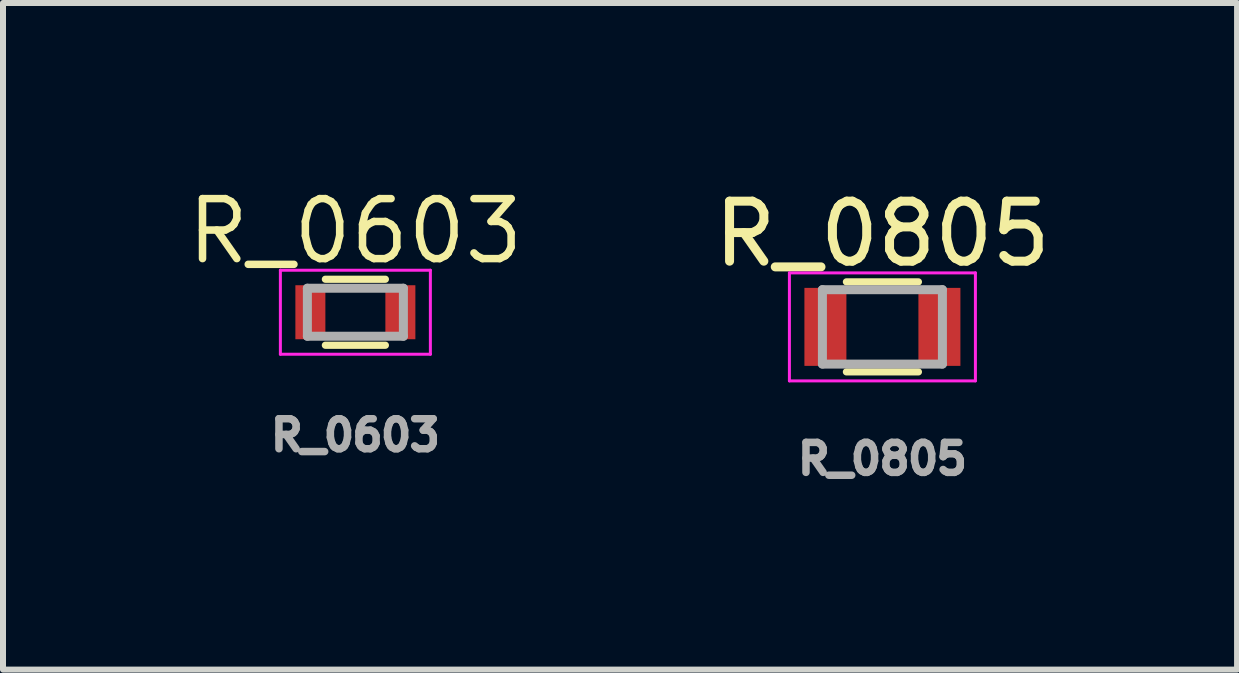
<source format=kicad_pcb>
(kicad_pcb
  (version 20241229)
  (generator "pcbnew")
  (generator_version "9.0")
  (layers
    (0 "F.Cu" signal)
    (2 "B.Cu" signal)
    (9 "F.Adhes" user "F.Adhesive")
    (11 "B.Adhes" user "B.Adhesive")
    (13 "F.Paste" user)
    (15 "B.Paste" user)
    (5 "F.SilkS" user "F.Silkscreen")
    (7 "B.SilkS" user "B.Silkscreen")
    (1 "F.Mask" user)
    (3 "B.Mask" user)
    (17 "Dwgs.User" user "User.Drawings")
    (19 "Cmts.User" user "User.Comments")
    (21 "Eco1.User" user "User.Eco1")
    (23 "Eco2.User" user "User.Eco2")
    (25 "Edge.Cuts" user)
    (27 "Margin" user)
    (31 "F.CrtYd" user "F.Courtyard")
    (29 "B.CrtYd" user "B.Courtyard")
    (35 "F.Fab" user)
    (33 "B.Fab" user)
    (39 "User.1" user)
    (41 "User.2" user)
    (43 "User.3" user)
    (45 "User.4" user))
  (footprint "R_0603"
    (layer "F.Cu")
    (at 2.873 2.154)
    (property "Reference" "R_0603" (at 0 -1.35 180) (layer "F.SilkS") (effects (font (size 1 1) (thickness 0.125))))
    (attr smd)
    (fp_line (start -0.5 -0.55) (end 0.5 -0.55) (stroke (width 0.12) (type solid)) (layer "F.SilkS"))
    (fp_line (start 0.5 0.55) (end -0.5 0.55) (stroke (width 0.12) (type solid)) (layer "F.SilkS"))
    (fp_line (start -1.25 -0.7) (end -1.25 0.7) (stroke (width 0.05) (type solid)) (layer "F.CrtYd"))
    (fp_line (start -1.25 -0.7) (end 1.25 -0.7) (stroke (width 0.05) (type solid)) (layer "F.CrtYd"))
    (fp_line (start 1.25 0.7) (end -1.25 0.7) (stroke (width 0.05) (type solid)) (layer "F.CrtYd"))
    (fp_line (start 1.25 0.7) (end 1.25 -0.7) (stroke (width 0.05) (type solid)) (layer "F.CrtYd"))
    (fp_line (start -0.8 -0.4) (end 0.8 -0.4) (stroke (width 0.15) (type solid)) (layer "F.Fab"))
    (fp_line (start -0.8 0.4) (end -0.8 -0.4) (stroke (width 0.15) (type solid)) (layer "F.Fab"))
    (fp_line (start 0.8 -0.4) (end 0.8 0.4) (stroke (width 0.15) (type solid)) (layer "F.Fab"))
    (fp_line (start 0.8 0.4) (end -0.8 0.4) (stroke (width 0.15) (type solid)) (layer "F.Fab"))
    (fp_text user "${REFERENCE}" (at 0 2.05 180) (layer "F.Fab") (effects (font (size 0.5 0.5) (thickness 0.125))))
    (pad "1" smd rect (at -0.75 0) (size 0.5 0.9) (layers "F.Cu" "F.Mask" "F.Paste"))
    (pad "2" smd rect (at 0.75 0) (size 0.5 0.9) (layers "F.Cu" "F.Mask" "F.Paste")))
  (footprint "R_0805"
    (layer "F.Cu")
    (at 11.657 2.398)
    (property "Reference" "R_0805" (at 0 -1.55 180) (layer "F.SilkS") (effects (font (size 1 1) (thickness 0.15))))
    (attr smd)
    (fp_line (start -0.6 -0.75) (end 0.6 -0.75) (stroke (width 0.12) (type solid)) (layer "F.SilkS"))
    (fp_line (start 0.6 0.75) (end -0.6 0.75) (stroke (width 0.12) (type solid)) (layer "F.SilkS"))
    (fp_line (start -1.55 -0.9) (end -1.55 0.9) (stroke (width 0.05) (type solid)) (layer "F.CrtYd"))
    (fp_line (start -1.55 -0.9) (end 1.55 -0.9) (stroke (width 0.05) (type solid)) (layer "F.CrtYd"))
    (fp_line (start 1.55 0.9) (end -1.55 0.9) (stroke (width 0.05) (type solid)) (layer "F.CrtYd"))
    (fp_line (start 1.55 0.9) (end 1.55 -0.9) (stroke (width 0.05) (type solid)) (layer "F.CrtYd"))
    (fp_line (start -1 -0.62) (end 1 -0.62) (stroke (width 0.15) (type solid)) (layer "F.Fab"))
    (fp_line (start -1 0.62) (end -1 -0.62) (stroke (width 0.15) (type solid)) (layer "F.Fab"))
    (fp_line (start 1 -0.62) (end 1 0.62) (stroke (width 0.15) (type solid)) (layer "F.Fab"))
    (fp_line (start 1 0.62) (end -1 0.62) (stroke (width 0.15) (type solid)) (layer "F.Fab"))
    (fp_text user "${REFERENCE}" (at 0 2.2 180) (layer "F.Fab") (effects (font (size 0.5 0.5) (thickness 0.125))))
    (pad "1" smd rect (at -0.95 0) (size 0.7 1.3) (layers "F.Cu" "F.Mask" "F.Paste"))
    (pad "2" smd rect (at 0.95 0) (size 0.7 1.3) (layers "F.Cu" "F.Mask" "F.Paste")))
  (gr_rect
    (start -3 -3)
    (end 17.568 8.11)
    (stroke (width 0.1) (type default))
    (fill no)
    (layer "Edge.Cuts")))
</source>
